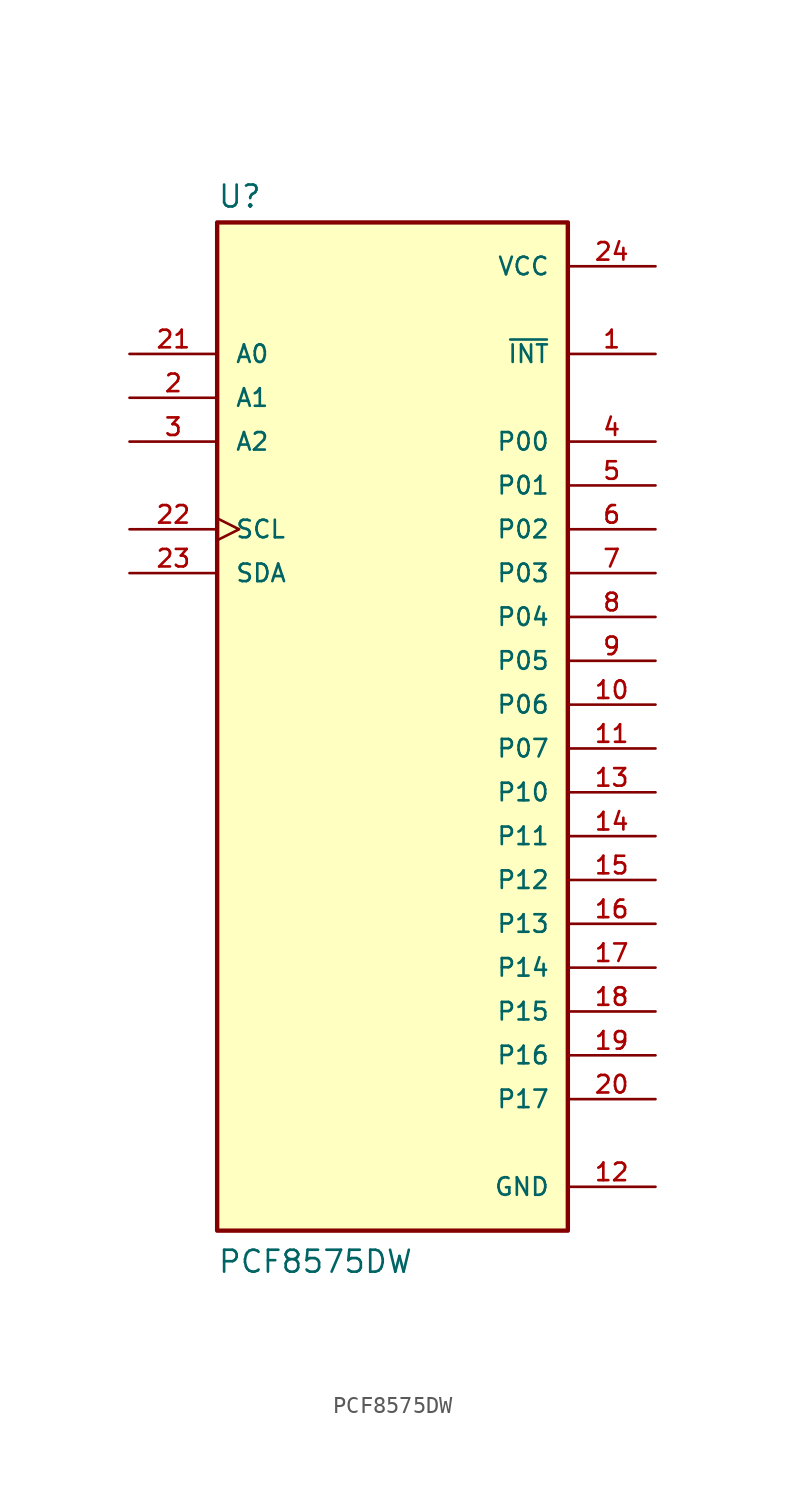
<source format=kicad_sym>
(kicad_symbol_lib
  (version 20211014)
  (generator kicad_symbol_editor)
  (symbol "PCF8575DW"
    (pin_names
      (offset 1.016))
    (property "Reference" "U"
      (at -10.16 28.702 0)
      (effects (font (size 1.27 1.27)) (justify bottom left)))
    (property "Value" "PCF8575DW"
      (at -10.16 -33.02 0)
      (effects (font (size 1.27 1.27)) (justify bottom left)))
    (symbol "PCF8575DW_0_0"
      (rectangle (start -10.16 -30.48) (end 10.16 27.94) (stroke (width 0.254)) (fill (type background)))
      (pin output line (at 15.24 20.32 180.0) (length 5.08) (name "~{INT}" (effects (font (size 1.016 1.016)))) (number "1" (effects (font (size 1.016 1.016)))))
      (pin input line (at -15.24 17.78 0) (length 5.08) (name "A1" (effects (font (size 1.016 1.016)))) (number "2" (effects (font (size 1.016 1.016)))))
      (pin input line (at -15.24 15.24 0) (length 5.08) (name "A2" (effects (font (size 1.016 1.016)))) (number "3" (effects (font (size 1.016 1.016)))))
      (pin bidirectional line (at 15.24 15.24 180.0) (length 5.08) (name "P00" (effects (font (size 1.016 1.016)))) (number "4" (effects (font (size 1.016 1.016)))))
      (pin bidirectional line (at 15.24 12.7 180.0) (length 5.08) (name "P01" (effects (font (size 1.016 1.016)))) (number "5" (effects (font (size 1.016 1.016)))))
      (pin bidirectional line (at 15.24 10.16 180.0) (length 5.08) (name "P02" (effects (font (size 1.016 1.016)))) (number "6" (effects (font (size 1.016 1.016)))))
      (pin bidirectional line (at 15.24 7.62 180.0) (length 5.08) (name "P03" (effects (font (size 1.016 1.016)))) (number "7" (effects (font (size 1.016 1.016)))))
      (pin bidirectional line (at 15.24 5.08 180.0) (length 5.08) (name "P04" (effects (font (size 1.016 1.016)))) (number "8" (effects (font (size 1.016 1.016)))))
      (pin bidirectional line (at 15.24 2.54 180.0) (length 5.08) (name "P05" (effects (font (size 1.016 1.016)))) (number "9" (effects (font (size 1.016 1.016)))))
      (pin bidirectional line (at 15.24 0.0 180.0) (length 5.08) (name "P06" (effects (font (size 1.016 1.016)))) (number "10" (effects (font (size 1.016 1.016)))))
      (pin bidirectional line (at 15.24 -2.54 180.0) (length 5.08) (name "P07" (effects (font (size 1.016 1.016)))) (number "11" (effects (font (size 1.016 1.016)))))
      (pin power_in line (at 15.24 -27.94 180.0) (length 5.08) (name "GND" (effects (font (size 1.016 1.016)))) (number "12" (effects (font (size 1.016 1.016)))))
      (pin bidirectional line (at 15.24 -5.08 180.0) (length 5.08) (name "P10" (effects (font (size 1.016 1.016)))) (number "13" (effects (font (size 1.016 1.016)))))
      (pin bidirectional line (at 15.24 -7.62 180.0) (length 5.08) (name "P11" (effects (font (size 1.016 1.016)))) (number "14" (effects (font (size 1.016 1.016)))))
      (pin bidirectional line (at 15.24 -10.16 180.0) (length 5.08) (name "P12" (effects (font (size 1.016 1.016)))) (number "15" (effects (font (size 1.016 1.016)))))
      (pin bidirectional line (at 15.24 -12.7 180.0) (length 5.08) (name "P13" (effects (font (size 1.016 1.016)))) (number "16" (effects (font (size 1.016 1.016)))))
      (pin bidirectional line (at 15.24 -15.24 180.0) (length 5.08) (name "P14" (effects (font (size 1.016 1.016)))) (number "17" (effects (font (size 1.016 1.016)))))
      (pin bidirectional line (at 15.24 -17.78 180.0) (length 5.08) (name "P15" (effects (font (size 1.016 1.016)))) (number "18" (effects (font (size 1.016 1.016)))))
      (pin bidirectional line (at 15.24 -20.32 180.0) (length 5.08) (name "P16" (effects (font (size 1.016 1.016)))) (number "19" (effects (font (size 1.016 1.016)))))
      (pin bidirectional line (at 15.24 -22.86 180.0) (length 5.08) (name "P17" (effects (font (size 1.016 1.016)))) (number "20" (effects (font (size 1.016 1.016)))))
      (pin input line (at -15.24 20.32 0) (length 5.08) (name "A0" (effects (font (size 1.016 1.016)))) (number "21" (effects (font (size 1.016 1.016)))))
      (pin input clock (at -15.24 10.16 0) (length 5.08) (name "SCL" (effects (font (size 1.016 1.016)))) (number "22" (effects (font (size 1.016 1.016)))))
      (pin bidirectional line (at -15.24 7.62 0) (length 5.08) (name "SDA" (effects (font (size 1.016 1.016)))) (number "23" (effects (font (size 1.016 1.016)))))
      (pin power_in line (at 15.24 25.4 180.0) (length 5.08) (name "VCC" (effects (font (size 1.016 1.016)))) (number "24" (effects (font (size 1.016 1.016))))))))
</source>
